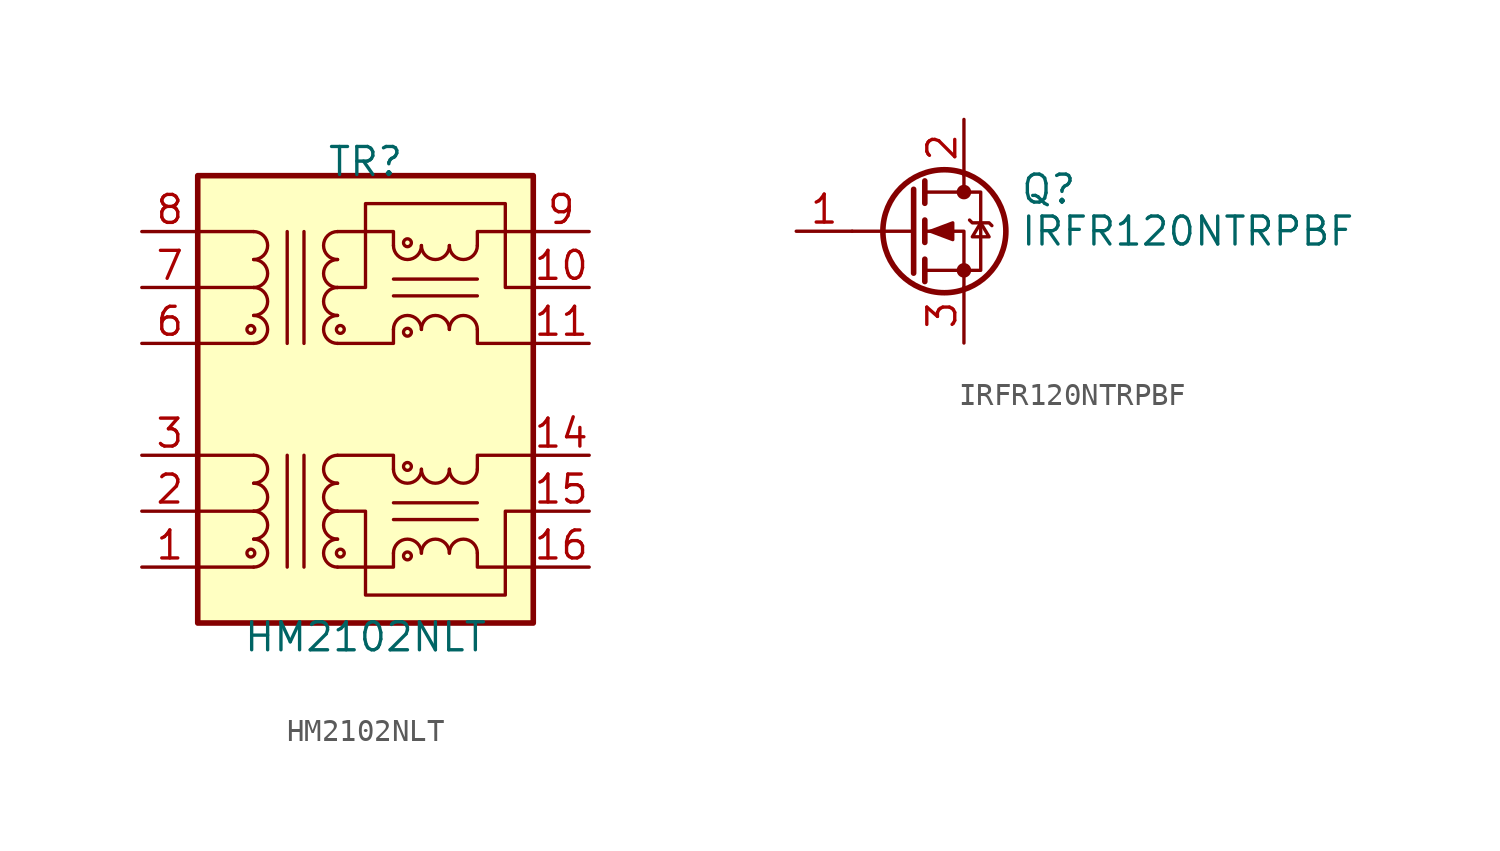
<source format=kicad_sym>
(kicad_symbol_lib
  (version 20231120)
  (generator "kicad_symbol_editor")
  (generator_version "8.0")
  (symbol "HM2102NLT"
    (pin_names hide)
    (property "Reference" "TR"
      (at 0 10.795 0)
      (effects (font (size 1.27 1.27))))
    (property "Value" "HM2102NLT"
      (at 0 -10.795 0)
      (effects (font (size 1.27 1.27))))
    (symbol "HM2102NLT_0_1"
      (rectangle (start -7.62 10.16) (end 7.62 -10.16) (stroke (width 0.254) (type default)) (fill (type background)))
      (circle (center -5.207 3.175) (radius 0.178) (stroke (width 0) (type default)) (fill (type none)))
      (arc (start -5.08 6.35) (mid -4.4477 6.985) (end -5.08 7.62) (stroke (width 0) (type default)) (fill (type none)))
      (polyline (pts (xy -5.08 2.54) (xy -7.62 2.54)) (stroke (width 0) (type default)) (fill (type none)))
      (polyline (pts (xy -5.08 5.08) (xy -7.62 5.08)) (stroke (width 0) (type default)) (fill (type none)))
      (polyline (pts (xy -5.08 7.62) (xy -7.62 7.62)) (stroke (width 0) (type default)) (fill (type none)))
      (polyline (pts (xy -3.556 -2.54) (xy -3.556 -7.62)) (stroke (width 0) (type default)) (fill (type none)))
      (polyline (pts (xy -3.556 2.54) (xy -3.556 7.62)) (stroke (width 0) (type default)) (fill (type none)))
      (polyline (pts (xy -2.794 -7.62) (xy -2.794 -2.54)) (stroke (width 0) (type default)) (fill (type none)))
      (polyline (pts (xy -2.794 7.62) (xy -2.794 2.54)) (stroke (width 0) (type default)) (fill (type none)))
      (polyline (pts (xy 1.27 4.699) (xy 5.08 4.699)) (stroke (width 0) (type default)) (fill (type none)))
      (polyline (pts (xy 1.27 5.461) (xy 5.08 5.461)) (stroke (width 0) (type default)) (fill (type none)))
      (polyline (pts (xy -1.27 2.54) (xy 1.27 2.54) (xy 1.27 3.175)) (stroke (width 0) (type default)) (fill (type none)))
      (polyline (pts (xy 1.27 6.985) (xy 1.27 7.62) (xy -1.27 7.62)) (stroke (width 0) (type default)) (fill (type none)))
      (polyline (pts (xy 5.08 3.175) (xy 5.08 2.54) (xy 7.62 2.54)) (stroke (width 0) (type default)) (fill (type none)))
      (polyline (pts (xy 5.08 6.985) (xy 5.08 7.62) (xy 7.62 7.62)) (stroke (width 0) (type default)) (fill (type none)))
      (polyline (pts (xy -1.27 5.08) (xy 0 5.08) (xy 0 8.89) (xy 6.35 8.89) (xy 6.35 5.08) (xy 7.62 5.08)) (stroke (width 0) (type default)) (fill (type none))))
    (symbol "HM2102NLT_1_1"
      (circle (center -5.207 -6.985) (radius 0.178) (stroke (width 0) (type default)) (fill (type none)))
      (arc (start -5.08 -7.62) (mid -4.4477 -6.985) (end -5.08 -6.35) (stroke (width 0) (type default)) (fill (type none)))
      (arc (start -5.08 -6.35) (mid -4.4477 -5.715) (end -5.08 -5.08) (stroke (width 0) (type default)) (fill (type none)))
      (arc (start -5.08 -5.08) (mid -4.4477 -4.445) (end -5.08 -3.81) (stroke (width 0) (type default)) (fill (type none)))
      (arc (start -5.08 -3.81) (mid -4.4477 -3.175) (end -5.08 -2.54) (stroke (width 0) (type default)) (fill (type none)))
      (arc (start -5.08 2.54) (mid -4.4477 3.175) (end -5.08 3.81) (stroke (width 0) (type default)) (fill (type none)))
      (arc (start -5.08 3.81) (mid -4.4477 4.445) (end -5.08 5.08) (stroke (width 0) (type default)) (fill (type none)))
      (arc (start -5.08 5.08) (mid -4.4477 5.715) (end -5.08 6.35) (stroke (width 0) (type default)) (fill (type none)))
      (arc (start -1.27 -6.35) (mid -1.9023 -6.985) (end -1.27 -7.62) (stroke (width 0) (type default)) (fill (type none)))
      (arc (start -1.27 -5.08) (mid -1.9023 -5.715) (end -1.27 -6.35) (stroke (width 0) (type default)) (fill (type none)))
      (arc (start -1.27 -3.81) (mid -1.9023 -4.445) (end -1.27 -5.08) (stroke (width 0) (type default)) (fill (type none)))
      (arc (start -1.27 -2.54) (mid -1.9023 -3.175) (end -1.27 -3.81) (stroke (width 0) (type default)) (fill (type none)))
      (arc (start -1.27 3.81) (mid -1.9023 3.175) (end -1.27 2.54) (stroke (width 0) (type default)) (fill (type none)))
      (arc (start -1.27 5.08) (mid -1.9023 4.445) (end -1.27 3.81) (stroke (width 0) (type default)) (fill (type none)))
      (arc (start -1.27 6.35) (mid -1.9023 5.715) (end -1.27 5.08) (stroke (width 0) (type default)) (fill (type none)))
      (arc (start -1.27 7.62) (mid -1.9023 6.985) (end -1.27 6.35) (stroke (width 0) (type default)) (fill (type none)))
      (circle (center -1.143 -6.985) (radius 0.178) (stroke (width 0) (type default)) (fill (type none)))
      (circle (center -1.143 3.175) (radius 0.178) (stroke (width 0) (type default)) (fill (type none)))
      (polyline (pts (xy -5.08 -7.62) (xy -7.62 -7.62)) (stroke (width 0) (type default)) (fill (type none)))
      (polyline (pts (xy -5.08 -5.08) (xy -7.62 -5.08)) (stroke (width 0) (type default)) (fill (type none)))
      (polyline (pts (xy -5.08 -2.54) (xy -7.62 -2.54)) (stroke (width 0) (type default)) (fill (type none)))
      (polyline (pts (xy 1.27 -5.461) (xy 5.08 -5.461)) (stroke (width 0) (type default)) (fill (type none)))
      (polyline (pts (xy 1.27 -4.699) (xy 5.08 -4.699)) (stroke (width 0) (type default)) (fill (type none)))
      (polyline (pts (xy -1.27 -7.62) (xy 1.27 -7.62) (xy 1.27 -6.985)) (stroke (width 0) (type default)) (fill (type none)))
      (polyline (pts (xy 1.27 -3.175) (xy 1.27 -2.54) (xy -1.27 -2.54)) (stroke (width 0) (type default)) (fill (type none)))
      (polyline (pts (xy 5.08 -6.985) (xy 5.08 -7.62) (xy 7.62 -7.62)) (stroke (width 0) (type default)) (fill (type none)))
      (polyline (pts (xy 5.08 -3.175) (xy 5.08 -2.54) (xy 7.62 -2.54)) (stroke (width 0) (type default)) (fill (type none)))
      (polyline (pts (xy 7.62 -5.08) (xy 6.35 -5.08) (xy 6.35 -8.89) (xy 0 -8.89) (xy 0 -5.08) (xy -1.27 -5.08)) (stroke (width 0) (type default)) (fill (type none)))
      (arc (start 1.27 -3.175) (mid 1.905 -3.8073) (end 2.54 -3.175) (stroke (width 0) (type default)) (fill (type none)))
      (arc (start 1.27 6.985) (mid 1.905 6.3527) (end 2.54 6.985) (stroke (width 0) (type default)) (fill (type none)))
      (circle (center 1.905 -7.112) (radius 0.178) (stroke (width 0) (type default)) (fill (type none)))
      (circle (center 1.905 -3.048) (radius 0.178) (stroke (width 0) (type default)) (fill (type none)))
      (circle (center 1.905 3.048) (radius 0.178) (stroke (width 0) (type default)) (fill (type none)))
      (circle (center 1.905 7.112) (radius 0.178) (stroke (width 0) (type default)) (fill (type none)))
      (arc (start 2.54 -6.985) (mid 1.905 -6.3527) (end 1.27 -6.985) (stroke (width 0) (type default)) (fill (type none)))
      (arc (start 2.54 -3.175) (mid 3.175 -3.8073) (end 3.81 -3.175) (stroke (width 0) (type default)) (fill (type none)))
      (arc (start 2.54 3.175) (mid 1.905 3.8073) (end 1.27 3.175) (stroke (width 0) (type default)) (fill (type none)))
      (arc (start 2.54 6.985) (mid 3.175 6.3527) (end 3.81 6.985) (stroke (width 0) (type default)) (fill (type none)))
      (arc (start 3.81 -6.985) (mid 3.175 -6.3527) (end 2.54 -6.985) (stroke (width 0) (type default)) (fill (type none)))
      (arc (start 3.81 -3.175) (mid 4.445 -3.8073) (end 5.08 -3.175) (stroke (width 0) (type default)) (fill (type none)))
      (arc (start 3.81 3.175) (mid 3.175 3.8073) (end 2.54 3.175) (stroke (width 0) (type default)) (fill (type none)))
      (arc (start 3.81 6.985) (mid 4.445 6.3527) (end 5.08 6.985) (stroke (width 0) (type default)) (fill (type none)))
      (arc (start 5.08 -6.985) (mid 4.445 -6.3527) (end 3.81 -6.985) (stroke (width 0) (type default)) (fill (type none)))
      (arc (start 5.08 3.175) (mid 4.445 3.8073) (end 3.81 3.175) (stroke (width 0) (type default)) (fill (type none)))
      (pin passive line (at -10.16 -7.62 0) (length 2.54) (name "TD+" (effects (font (size 1.27 1.27)))) (number "1" (effects (font (size 1.27 1.27)))))
      (pin passive line (at 10.16 5.08 180) (length 2.54) (name "C_RX" (effects (font (size 1.27 1.27)))) (number "10" (effects (font (size 1.27 1.27)))))
      (pin passive line (at 10.16 2.54 180) (length 2.54) (name "RX+" (effects (font (size 1.27 1.27)))) (number "11" (effects (font (size 1.27 1.27)))))
      (pin passive line (at 10.16 -2.54 180) (length 2.54) (name "TX-" (effects (font (size 1.27 1.27)))) (number "14" (effects (font (size 1.27 1.27)))))
      (pin passive line (at 10.16 -5.08 180) (length 2.54) (name "C_TX" (effects (font (size 1.27 1.27)))) (number "15" (effects (font (size 1.27 1.27)))))
      (pin passive line (at 10.16 -7.62 180) (length 2.54) (name "TX+" (effects (font (size 1.27 1.27)))) (number "16" (effects (font (size 1.27 1.27)))))
      (pin passive line (at -10.16 -5.08 0) (length 2.54) (name "C_TD" (effects (font (size 1.27 1.27)))) (number "2" (effects (font (size 1.27 1.27)))))
      (pin passive line (at -10.16 -2.54 0) (length 2.54) (name "TD-" (effects (font (size 1.27 1.27)))) (number "3" (effects (font (size 1.27 1.27)))))
      (pin passive line (at -10.16 2.54 0) (length 2.54) (name "RD+" (effects (font (size 1.27 1.27)))) (number "6" (effects (font (size 1.27 1.27)))))
      (pin passive line (at -10.16 5.08 0) (length 2.54) (name "C_RD" (effects (font (size 1.27 1.27)))) (number "7" (effects (font (size 1.27 1.27)))))
      (pin passive line (at -10.16 7.62 0) (length 2.54) (name "RD-" (effects (font (size 1.27 1.27)))) (number "8" (effects (font (size 1.27 1.27)))))
      (pin passive line (at 10.16 7.62 180) (length 2.54) (name "RX-" (effects (font (size 1.27 1.27)))) (number "9" (effects (font (size 1.27 1.27)))))))
  (symbol "IRFR120NTRPBF"
    (pin_names hide)
    (property "Reference" "Q"
      (at 5.08 1.905 0)
      (effects (font (size 1.27 1.27)) (justify left)))
    (property "Value" "IRFR120NTRPBF"
      (at 5.08 0 0)
      (effects (font (size 1.27 1.27)) (justify left)))
    (symbol "IRFR120NTRPBF_0_1"
      (polyline (pts (xy 0.254 0) (xy -2.54 0)) (stroke (width 0) (type default)) (fill (type none)))
      (polyline (pts (xy 0.254 1.905) (xy 0.254 -1.905)) (stroke (width 0.254) (type default)) (fill (type none)))
      (polyline (pts (xy 0.762 -1.27) (xy 0.762 -2.286)) (stroke (width 0.254) (type default)) (fill (type none)))
      (polyline (pts (xy 0.762 0.508) (xy 0.762 -0.508)) (stroke (width 0.254) (type default)) (fill (type none)))
      (polyline (pts (xy 0.762 2.286) (xy 0.762 1.27)) (stroke (width 0.254) (type default)) (fill (type none)))
      (polyline (pts (xy 2.54 2.54) (xy 2.54 1.778)) (stroke (width 0) (type default)) (fill (type none)))
      (polyline (pts (xy 2.54 -2.54) (xy 2.54 0) (xy 0.762 0)) (stroke (width 0) (type default)) (fill (type none)))
      (polyline (pts (xy 0.762 -1.778) (xy 3.302 -1.778) (xy 3.302 1.778) (xy 0.762 1.778)) (stroke (width 0) (type default)) (fill (type none)))
      (polyline (pts (xy 1.016 0) (xy 2.032 0.381) (xy 2.032 -0.381) (xy 1.016 0)) (stroke (width 0) (type default)) (fill (type outline)))
      (polyline (pts (xy 2.794 0.508) (xy 2.921 0.381) (xy 3.683 0.381) (xy 3.81 0.254)) (stroke (width 0) (type default)) (fill (type none)))
      (polyline (pts (xy 3.302 0.381) (xy 2.921 -0.254) (xy 3.683 -0.254) (xy 3.302 0.381)) (stroke (width 0) (type default)) (fill (type none)))
      (circle (center 1.651 0) (radius 2.794) (stroke (width 0.254) (type default)) (fill (type none)))
      (circle (center 2.54 -1.778) (radius 0.254) (stroke (width 0) (type default)) (fill (type outline)))
      (circle (center 2.54 1.778) (radius 0.254) (stroke (width 0) (type default)) (fill (type outline))))
    (symbol "IRFR120NTRPBF_1_1"
      (pin input line (at -5.08 0 0) (length 2.54) (name "G" (effects (font (size 1.27 1.27)))) (number "1" (effects (font (size 1.27 1.27)))))
      (pin passive line (at 2.54 5.08 270) (length 2.54) (name "D" (effects (font (size 1.27 1.27)))) (number "2" (effects (font (size 1.27 1.27)))))
      (pin passive line (at 2.54 -5.08 90) (length 2.54) (name "S" (effects (font (size 1.27 1.27)))) (number "3" (effects (font (size 1.27 1.27))))))))
</source>
